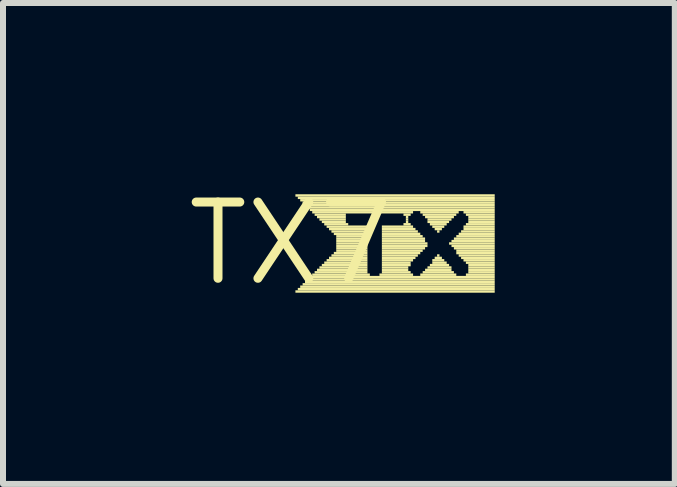
<source format=kicad_pcb>
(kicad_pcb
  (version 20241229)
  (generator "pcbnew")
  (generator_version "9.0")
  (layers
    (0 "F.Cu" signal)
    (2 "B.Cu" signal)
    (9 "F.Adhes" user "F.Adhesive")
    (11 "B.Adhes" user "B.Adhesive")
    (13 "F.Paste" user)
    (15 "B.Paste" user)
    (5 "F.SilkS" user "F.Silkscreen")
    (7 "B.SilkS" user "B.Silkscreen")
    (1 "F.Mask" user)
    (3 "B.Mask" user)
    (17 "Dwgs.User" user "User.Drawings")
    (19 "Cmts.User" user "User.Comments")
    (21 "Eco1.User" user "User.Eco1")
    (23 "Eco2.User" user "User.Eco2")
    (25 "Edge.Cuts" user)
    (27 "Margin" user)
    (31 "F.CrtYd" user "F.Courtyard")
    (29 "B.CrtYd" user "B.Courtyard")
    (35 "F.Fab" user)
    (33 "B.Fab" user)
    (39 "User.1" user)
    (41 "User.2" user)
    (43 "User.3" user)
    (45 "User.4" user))
  (footprint "TX7"
    (layer "F.Cu")
    (at 1.791 1.006)
    (property "Reference" "TX7" (at 0 0 0) (layer "F.SilkS") (effects (font (size 1.27 1.27) (thickness 0.15))))
    (attr through_hole)
    (fp_poly (pts (xy 0.08 -0.78) (xy 3.4 -0.78) (xy 3.4 -0.82) (xy 0.08 -0.82)) (stroke (width 0) (type solid)) (fill yes) (layer "F.SilkS"))
    (fp_poly (pts (xy 0.08 0.82) (xy 3.4 0.82) (xy 3.4 0.78) (xy 0.08 0.78)) (stroke (width 0) (type solid)) (fill yes) (layer "F.SilkS"))
    (fp_poly (pts (xy 0.12 -0.74) (xy 3.4 -0.74) (xy 3.4 -0.78) (xy 0.12 -0.78)) (stroke (width 0) (type solid)) (fill yes) (layer "F.SilkS"))
    (fp_poly (pts (xy 0.12 0.78) (xy 3.4 0.78) (xy 3.4 0.74) (xy 0.12 0.74)) (stroke (width 0) (type solid)) (fill yes) (layer "F.SilkS"))
    (fp_poly (pts (xy 0.16 -0.7) (xy 3.4 -0.7) (xy 3.4 -0.74) (xy 0.16 -0.74)) (stroke (width 0) (type solid)) (fill yes) (layer "F.SilkS"))
    (fp_poly (pts (xy 0.16 0.74) (xy 3.4 0.74) (xy 3.4 0.7) (xy 0.16 0.7)) (stroke (width 0) (type solid)) (fill yes) (layer "F.SilkS"))
    (fp_poly (pts (xy 0.2 -0.66) (xy 3.4 -0.66) (xy 3.4 -0.7) (xy 0.2 -0.7)) (stroke (width 0) (type solid)) (fill yes) (layer "F.SilkS"))
    (fp_poly (pts (xy 0.2 0.7) (xy 3.4 0.7) (xy 3.4 0.66) (xy 0.2 0.66)) (stroke (width 0) (type solid)) (fill yes) (layer "F.SilkS"))
    (fp_poly (pts (xy 0.24 -0.62) (xy 3.4 -0.62) (xy 3.4 -0.66) (xy 0.24 -0.66)) (stroke (width 0) (type solid)) (fill yes) (layer "F.SilkS"))
    (fp_poly (pts (xy 0.24 0.66) (xy 3.4 0.66) (xy 3.4 0.62) (xy 0.24 0.62)) (stroke (width 0) (type solid)) (fill yes) (layer "F.SilkS"))
    (fp_poly (pts (xy 0.28 -0.58) (xy 3.4 -0.58) (xy 3.4 -0.62) (xy 0.28 -0.62)) (stroke (width 0) (type solid)) (fill yes) (layer "F.SilkS"))
    (fp_poly (pts (xy 0.28 0.62) (xy 3.4 0.62) (xy 3.4 0.58) (xy 0.28 0.58)) (stroke (width 0) (type solid)) (fill yes) (layer "F.SilkS"))
    (fp_poly (pts (xy 0.32 -0.54) (xy 3.4 -0.54) (xy 3.4 -0.58) (xy 0.32 -0.58)) (stroke (width 0) (type solid)) (fill yes) (layer "F.SilkS"))
    (fp_poly (pts (xy 0.32 0.58) (xy 3.4 0.58) (xy 3.4 0.54) (xy 0.32 0.54)) (stroke (width 0) (type solid)) (fill yes) (layer "F.SilkS"))
    (fp_poly (pts (xy 0.36 -0.5) (xy 2.04 -0.5) (xy 2.04 -0.54) (xy 0.36 -0.54)) (stroke (width 0) (type solid)) (fill yes) (layer "F.SilkS"))
    (fp_poly (pts (xy 0.36 0.54) (xy 1.32 0.54) (xy 1.32 0.5) (xy 0.36 0.5)) (stroke (width 0) (type solid)) (fill yes) (layer "F.SilkS"))
    (fp_poly (pts (xy 0.4 -0.46) (xy 0.92 -0.46) (xy 0.92 -0.5) (xy 0.4 -0.5)) (stroke (width 0) (type solid)) (fill yes) (layer "F.SilkS"))
    (fp_poly (pts (xy 0.4 0.5) (xy 1.28 0.5) (xy 1.28 0.46) (xy 0.4 0.46)) (stroke (width 0) (type solid)) (fill yes) (layer "F.SilkS"))
    (fp_poly (pts (xy 0.44 -0.42) (xy 0.92 -0.42) (xy 0.92 -0.46) (xy 0.44 -0.46)) (stroke (width 0) (type solid)) (fill yes) (layer "F.SilkS"))
    (fp_poly (pts (xy 0.44 0.46) (xy 1.28 0.46) (xy 1.28 0.42) (xy 0.44 0.42)) (stroke (width 0) (type solid)) (fill yes) (layer "F.SilkS"))
    (fp_poly (pts (xy 0.48 -0.38) (xy 0.92 -0.38) (xy 0.92 -0.42) (xy 0.48 -0.42)) (stroke (width 0) (type solid)) (fill yes) (layer "F.SilkS"))
    (fp_poly (pts (xy 0.48 0.42) (xy 1.28 0.42) (xy 1.28 0.38) (xy 0.48 0.38)) (stroke (width 0) (type solid)) (fill yes) (layer "F.SilkS"))
    (fp_poly (pts (xy 0.52 -0.34) (xy 0.92 -0.34) (xy 0.92 -0.38) (xy 0.52 -0.38)) (stroke (width 0) (type solid)) (fill yes) (layer "F.SilkS"))
    (fp_poly (pts (xy 0.52 0.38) (xy 1.28 0.38) (xy 1.28 0.34) (xy 0.52 0.34)) (stroke (width 0) (type solid)) (fill yes) (layer "F.SilkS"))
    (fp_poly (pts (xy 0.56 -0.3) (xy 0.96 -0.3) (xy 0.96 -0.34) (xy 0.56 -0.34)) (stroke (width 0) (type solid)) (fill yes) (layer "F.SilkS"))
    (fp_poly (pts (xy 0.56 0.34) (xy 1.28 0.34) (xy 1.28 0.3) (xy 0.56 0.3)) (stroke (width 0) (type solid)) (fill yes) (layer "F.SilkS"))
    (fp_poly (pts (xy 0.6 -0.26) (xy 1.28 -0.26) (xy 1.28 -0.3) (xy 0.6 -0.3)) (stroke (width 0) (type solid)) (fill yes) (layer "F.SilkS"))
    (fp_poly (pts (xy 0.6 0.3) (xy 1.28 0.3) (xy 1.28 0.26) (xy 0.6 0.26)) (stroke (width 0) (type solid)) (fill yes) (layer "F.SilkS"))
    (fp_poly (pts (xy 0.64 -0.22) (xy 1.28 -0.22) (xy 1.28 -0.26) (xy 0.64 -0.26)) (stroke (width 0) (type solid)) (fill yes) (layer "F.SilkS"))
    (fp_poly (pts (xy 0.64 0.26) (xy 1.28 0.26) (xy 1.28 0.22) (xy 0.64 0.22)) (stroke (width 0) (type solid)) (fill yes) (layer "F.SilkS"))
    (fp_poly (pts (xy 0.68 -0.18) (xy 1.28 -0.18) (xy 1.28 -0.22) (xy 0.68 -0.22)) (stroke (width 0) (type solid)) (fill yes) (layer "F.SilkS"))
    (fp_poly (pts (xy 0.68 0.22) (xy 1.28 0.22) (xy 1.28 0.18) (xy 0.68 0.18)) (stroke (width 0) (type solid)) (fill yes) (layer "F.SilkS"))
    (fp_poly (pts (xy 0.72 -0.14) (xy 1.28 -0.14) (xy 1.28 -0.18) (xy 0.72 -0.18)) (stroke (width 0) (type solid)) (fill yes) (layer "F.SilkS"))
    (fp_poly (pts (xy 0.72 0.18) (xy 1.28 0.18) (xy 1.28 0.14) (xy 0.72 0.14)) (stroke (width 0) (type solid)) (fill yes) (layer "F.SilkS"))
    (fp_poly (pts (xy 0.76 -0.1) (xy 1.28 -0.1) (xy 1.28 -0.14) (xy 0.76 -0.14)) (stroke (width 0) (type solid)) (fill yes) (layer "F.SilkS"))
    (fp_poly (pts (xy 0.76 -0.06) (xy 1.28 -0.06) (xy 1.28 -0.1) (xy 0.76 -0.1)) (stroke (width 0) (type solid)) (fill yes) (layer "F.SilkS"))
    (fp_poly (pts (xy 0.76 -0.02) (xy 1.28 -0.02) (xy 1.28 -0.06) (xy 0.76 -0.06)) (stroke (width 0) (type solid)) (fill yes) (layer "F.SilkS"))
    (fp_poly (pts (xy 0.76 0.02) (xy 1.28 0.02) (xy 1.28 -0.02) (xy 0.76 -0.02)) (stroke (width 0) (type solid)) (fill yes) (layer "F.SilkS"))
    (fp_poly (pts (xy 0.76 0.06) (xy 1.28 0.06) (xy 1.28 0.02) (xy 0.76 0.02)) (stroke (width 0) (type solid)) (fill yes) (layer "F.SilkS"))
    (fp_poly (pts (xy 0.76 0.1) (xy 1.28 0.1) (xy 1.28 0.06) (xy 0.76 0.06)) (stroke (width 0) (type solid)) (fill yes) (layer "F.SilkS"))
    (fp_poly (pts (xy 0.76 0.14) (xy 1.28 0.14) (xy 1.28 0.1) (xy 0.76 0.1)) (stroke (width 0) (type solid)) (fill yes) (layer "F.SilkS"))
    (fp_poly (pts (xy 1.48 0.54) (xy 2.04 0.54) (xy 2.04 0.5) (xy 1.48 0.5)) (stroke (width 0) (type solid)) (fill yes) (layer "F.SilkS"))
    (fp_poly (pts (xy 1.52 -0.26) (xy 2.04 -0.26) (xy 2.04 -0.3) (xy 1.52 -0.3)) (stroke (width 0) (type solid)) (fill yes) (layer "F.SilkS"))
    (fp_poly (pts (xy 1.52 -0.22) (xy 2.08 -0.22) (xy 2.08 -0.26) (xy 1.52 -0.26)) (stroke (width 0) (type solid)) (fill yes) (layer "F.SilkS"))
    (fp_poly (pts (xy 1.52 -0.18) (xy 2.12 -0.18) (xy 2.12 -0.22) (xy 1.52 -0.22)) (stroke (width 0) (type solid)) (fill yes) (layer "F.SilkS"))
    (fp_poly (pts (xy 1.52 -0.14) (xy 2.16 -0.14) (xy 2.16 -0.18) (xy 1.52 -0.18)) (stroke (width 0) (type solid)) (fill yes) (layer "F.SilkS"))
    (fp_poly (pts (xy 1.52 -0.1) (xy 2.2 -0.1) (xy 2.2 -0.14) (xy 1.52 -0.14)) (stroke (width 0) (type solid)) (fill yes) (layer "F.SilkS"))
    (fp_poly (pts (xy 1.52 -0.06) (xy 2.24 -0.06) (xy 2.24 -0.1) (xy 1.52 -0.1)) (stroke (width 0) (type solid)) (fill yes) (layer "F.SilkS"))
    (fp_poly (pts (xy 1.52 -0.02) (xy 2.24 -0.02) (xy 2.24 -0.06) (xy 1.52 -0.06)) (stroke (width 0) (type solid)) (fill yes) (layer "F.SilkS"))
    (fp_poly (pts (xy 1.52 0.02) (xy 2.28 0.02) (xy 2.28 -0.02) (xy 1.52 -0.02)) (stroke (width 0) (type solid)) (fill yes) (layer "F.SilkS"))
    (fp_poly (pts (xy 1.52 0.06) (xy 2.28 0.06) (xy 2.28 0.02) (xy 1.52 0.02)) (stroke (width 0) (type solid)) (fill yes) (layer "F.SilkS"))
    (fp_poly (pts (xy 1.52 0.1) (xy 2.24 0.1) (xy 2.24 0.06) (xy 1.52 0.06)) (stroke (width 0) (type solid)) (fill yes) (layer "F.SilkS"))
    (fp_poly (pts (xy 1.52 0.14) (xy 2.2 0.14) (xy 2.2 0.1) (xy 1.52 0.1)) (stroke (width 0) (type solid)) (fill yes) (layer "F.SilkS"))
    (fp_poly (pts (xy 1.52 0.18) (xy 2.16 0.18) (xy 2.16 0.14) (xy 1.52 0.14)) (stroke (width 0) (type solid)) (fill yes) (layer "F.SilkS"))
    (fp_poly (pts (xy 1.52 0.22) (xy 2.12 0.22) (xy 2.12 0.18) (xy 1.52 0.18)) (stroke (width 0) (type solid)) (fill yes) (layer "F.SilkS"))
    (fp_poly (pts (xy 1.52 0.26) (xy 2.08 0.26) (xy 2.08 0.22) (xy 1.52 0.22)) (stroke (width 0) (type solid)) (fill yes) (layer "F.SilkS"))
    (fp_poly (pts (xy 1.52 0.3) (xy 2.04 0.3) (xy 2.04 0.26) (xy 1.52 0.26)) (stroke (width 0) (type solid)) (fill yes) (layer "F.SilkS"))
    (fp_poly (pts (xy 1.52 0.34) (xy 2 0.34) (xy 2 0.3) (xy 1.52 0.3)) (stroke (width 0) (type solid)) (fill yes) (layer "F.SilkS"))
    (fp_poly (pts (xy 1.52 0.38) (xy 2 0.38) (xy 2 0.34) (xy 1.52 0.34)) (stroke (width 0) (type solid)) (fill yes) (layer "F.SilkS"))
    (fp_poly (pts (xy 1.52 0.42) (xy 1.96 0.42) (xy 1.96 0.38) (xy 1.52 0.38)) (stroke (width 0) (type solid)) (fill yes) (layer "F.SilkS"))
    (fp_poly (pts (xy 1.52 0.46) (xy 1.96 0.46) (xy 1.96 0.42) (xy 1.52 0.42)) (stroke (width 0) (type solid)) (fill yes) (layer "F.SilkS"))
    (fp_poly (pts (xy 1.52 0.5) (xy 2 0.5) (xy 2 0.46) (xy 1.52 0.46)) (stroke (width 0) (type solid)) (fill yes) (layer "F.SilkS"))
    (fp_poly (pts (xy 1.88 -0.46) (xy 2 -0.46) (xy 2 -0.5) (xy 1.88 -0.5)) (stroke (width 0) (type solid)) (fill yes) (layer "F.SilkS"))
    (fp_poly (pts (xy 1.88 -0.3) (xy 2 -0.3) (xy 2 -0.34) (xy 1.88 -0.34)) (stroke (width 0) (type solid)) (fill yes) (layer "F.SilkS"))
    (fp_poly (pts (xy 1.92 -0.42) (xy 1.96 -0.42) (xy 1.96 -0.46) (xy 1.92 -0.46)) (stroke (width 0) (type solid)) (fill yes) (layer "F.SilkS"))
    (fp_poly (pts (xy 1.92 -0.38) (xy 1.96 -0.38) (xy 1.96 -0.42) (xy 1.92 -0.42)) (stroke (width 0) (type solid)) (fill yes) (layer "F.SilkS"))
    (fp_poly (pts (xy 1.92 -0.34) (xy 1.96 -0.34) (xy 1.96 -0.38) (xy 1.92 -0.38)) (stroke (width 0) (type solid)) (fill yes) (layer "F.SilkS"))
    (fp_poly (pts (xy 2.16 -0.5) (xy 2.8 -0.5) (xy 2.8 -0.54) (xy 2.16 -0.54)) (stroke (width 0) (type solid)) (fill yes) (layer "F.SilkS"))
    (fp_poly (pts (xy 2.16 0.54) (xy 2.76 0.54) (xy 2.76 0.5) (xy 2.16 0.5)) (stroke (width 0) (type solid)) (fill yes) (layer "F.SilkS"))
    (fp_poly (pts (xy 2.2 -0.46) (xy 2.76 -0.46) (xy 2.76 -0.5) (xy 2.2 -0.5)) (stroke (width 0) (type solid)) (fill yes) (layer "F.SilkS"))
    (fp_poly (pts (xy 2.2 0.5) (xy 2.72 0.5) (xy 2.72 0.46) (xy 2.2 0.46)) (stroke (width 0) (type solid)) (fill yes) (layer "F.SilkS"))
    (fp_poly (pts (xy 2.24 -0.42) (xy 2.72 -0.42) (xy 2.72 -0.46) (xy 2.24 -0.46)) (stroke (width 0) (type solid)) (fill yes) (layer "F.SilkS"))
    (fp_poly (pts (xy 2.24 0.46) (xy 2.68 0.46) (xy 2.68 0.42) (xy 2.24 0.42)) (stroke (width 0) (type solid)) (fill yes) (layer "F.SilkS"))
    (fp_poly (pts (xy 2.28 -0.38) (xy 2.68 -0.38) (xy 2.68 -0.42) (xy 2.28 -0.42)) (stroke (width 0) (type solid)) (fill yes) (layer "F.SilkS"))
    (fp_poly (pts (xy 2.28 -0.34) (xy 2.64 -0.34) (xy 2.64 -0.38) (xy 2.28 -0.38)) (stroke (width 0) (type solid)) (fill yes) (layer "F.SilkS"))
    (fp_poly (pts (xy 2.28 0.42) (xy 2.68 0.42) (xy 2.68 0.38) (xy 2.28 0.38)) (stroke (width 0) (type solid)) (fill yes) (layer "F.SilkS"))
    (fp_poly (pts (xy 2.32 -0.3) (xy 2.6 -0.3) (xy 2.6 -0.34) (xy 2.32 -0.34)) (stroke (width 0) (type solid)) (fill yes) (layer "F.SilkS"))
    (fp_poly (pts (xy 2.32 0.38) (xy 2.64 0.38) (xy 2.64 0.34) (xy 2.32 0.34)) (stroke (width 0) (type solid)) (fill yes) (layer "F.SilkS"))
    (fp_poly (pts (xy 2.36 -0.26) (xy 2.56 -0.26) (xy 2.56 -0.3) (xy 2.36 -0.3)) (stroke (width 0) (type solid)) (fill yes) (layer "F.SilkS"))
    (fp_poly (pts (xy 2.36 0.3) (xy 2.56 0.3) (xy 2.56 0.26) (xy 2.36 0.26)) (stroke (width 0) (type solid)) (fill yes) (layer "F.SilkS"))
    (fp_poly (pts (xy 2.36 0.34) (xy 2.6 0.34) (xy 2.6 0.3) (xy 2.36 0.3)) (stroke (width 0) (type solid)) (fill yes) (layer "F.SilkS"))
    (fp_poly (pts (xy 2.4 -0.22) (xy 2.52 -0.22) (xy 2.52 -0.26) (xy 2.4 -0.26)) (stroke (width 0) (type solid)) (fill yes) (layer "F.SilkS"))
    (fp_poly (pts (xy 2.4 0.26) (xy 2.52 0.26) (xy 2.52 0.22) (xy 2.4 0.22)) (stroke (width 0) (type solid)) (fill yes) (layer "F.SilkS"))
    (fp_poly (pts (xy 2.44 -0.18) (xy 2.48 -0.18) (xy 2.48 -0.22) (xy 2.44 -0.22)) (stroke (width 0) (type solid)) (fill yes) (layer "F.SilkS"))
    (fp_poly (pts (xy 2.44 0.22) (xy 2.48 0.22) (xy 2.48 0.18) (xy 2.44 0.18)) (stroke (width 0) (type solid)) (fill yes) (layer "F.SilkS"))
    (fp_poly (pts (xy 2.64 0.02) (xy 3.4 0.02) (xy 3.4 -0.02) (xy 2.64 -0.02)) (stroke (width 0) (type solid)) (fill yes) (layer "F.SilkS"))
    (fp_poly (pts (xy 2.68 -0.02) (xy 3.4 -0.02) (xy 3.4 -0.06) (xy 2.68 -0.06)) (stroke (width 0) (type solid)) (fill yes) (layer "F.SilkS"))
    (fp_poly (pts (xy 2.68 0.06) (xy 3.4 0.06) (xy 3.4 0.02) (xy 2.68 0.02)) (stroke (width 0) (type solid)) (fill yes) (layer "F.SilkS"))
    (fp_poly (pts (xy 2.72 -0.06) (xy 3.4 -0.06) (xy 3.4 -0.1) (xy 2.72 -0.1)) (stroke (width 0) (type solid)) (fill yes) (layer "F.SilkS"))
    (fp_poly (pts (xy 2.72 0.1) (xy 3.4 0.1) (xy 3.4 0.06) (xy 2.72 0.06)) (stroke (width 0) (type solid)) (fill yes) (layer "F.SilkS"))
    (fp_poly (pts (xy 2.76 -0.1) (xy 3.4 -0.1) (xy 3.4 -0.14) (xy 2.76 -0.14)) (stroke (width 0) (type solid)) (fill yes) (layer "F.SilkS"))
    (fp_poly (pts (xy 2.76 0.14) (xy 3.4 0.14) (xy 3.4 0.1) (xy 2.76 0.1)) (stroke (width 0) (type solid)) (fill yes) (layer "F.SilkS"))
    (fp_poly (pts (xy 2.76 0.18) (xy 3.4 0.18) (xy 3.4 0.14) (xy 2.76 0.14)) (stroke (width 0) (type solid)) (fill yes) (layer "F.SilkS"))
    (fp_poly (pts (xy 2.8 -0.14) (xy 3.4 -0.14) (xy 3.4 -0.18) (xy 2.8 -0.18)) (stroke (width 0) (type solid)) (fill yes) (layer "F.SilkS"))
    (fp_poly (pts (xy 2.8 0.22) (xy 3.4 0.22) (xy 3.4 0.18) (xy 2.8 0.18)) (stroke (width 0) (type solid)) (fill yes) (layer "F.SilkS"))
    (fp_poly (pts (xy 2.84 -0.18) (xy 3.4 -0.18) (xy 3.4 -0.22) (xy 2.84 -0.22)) (stroke (width 0) (type solid)) (fill yes) (layer "F.SilkS"))
    (fp_poly (pts (xy 2.84 0.26) (xy 3.4 0.26) (xy 3.4 0.22) (xy 2.84 0.22)) (stroke (width 0) (type solid)) (fill yes) (layer "F.SilkS"))
    (fp_poly (pts (xy 2.88 -0.5) (xy 3.4 -0.5) (xy 3.4 -0.54) (xy 2.88 -0.54)) (stroke (width 0) (type solid)) (fill yes) (layer "F.SilkS"))
    (fp_poly (pts (xy 2.88 -0.26) (xy 3.4 -0.26) (xy 3.4 -0.3) (xy 2.88 -0.3)) (stroke (width 0) (type solid)) (fill yes) (layer "F.SilkS"))
    (fp_poly (pts (xy 2.88 -0.22) (xy 3.4 -0.22) (xy 3.4 -0.26) (xy 2.88 -0.26)) (stroke (width 0) (type solid)) (fill yes) (layer "F.SilkS"))
    (fp_poly (pts (xy 2.88 0.3) (xy 3.4 0.3) (xy 3.4 0.26) (xy 2.88 0.26)) (stroke (width 0) (type solid)) (fill yes) (layer "F.SilkS"))
    (fp_poly (pts (xy 2.92 -0.46) (xy 3.4 -0.46) (xy 3.4 -0.5) (xy 2.92 -0.5)) (stroke (width 0) (type solid)) (fill yes) (layer "F.SilkS"))
    (fp_poly (pts (xy 2.92 -0.3) (xy 3.4 -0.3) (xy 3.4 -0.34) (xy 2.92 -0.34)) (stroke (width 0) (type solid)) (fill yes) (layer "F.SilkS"))
    (fp_poly (pts (xy 2.92 0.34) (xy 3.4 0.34) (xy 3.4 0.3) (xy 2.92 0.3)) (stroke (width 0) (type solid)) (fill yes) (layer "F.SilkS"))
    (fp_poly (pts (xy 2.92 0.54) (xy 3.4 0.54) (xy 3.4 0.5) (xy 2.92 0.5)) (stroke (width 0) (type solid)) (fill yes) (layer "F.SilkS"))
    (fp_poly (pts (xy 2.96 -0.42) (xy 3.4 -0.42) (xy 3.4 -0.46) (xy 2.96 -0.46)) (stroke (width 0) (type solid)) (fill yes) (layer "F.SilkS"))
    (fp_poly (pts (xy 2.96 -0.38) (xy 3.4 -0.38) (xy 3.4 -0.42) (xy 2.96 -0.42)) (stroke (width 0) (type solid)) (fill yes) (layer "F.SilkS"))
    (fp_poly (pts (xy 2.96 -0.34) (xy 3.4 -0.34) (xy 3.4 -0.38) (xy 2.96 -0.38)) (stroke (width 0) (type solid)) (fill yes) (layer "F.SilkS"))
    (fp_poly (pts (xy 2.96 0.38) (xy 3.4 0.38) (xy 3.4 0.34) (xy 2.96 0.34)) (stroke (width 0) (type solid)) (fill yes) (layer "F.SilkS"))
    (fp_poly (pts (xy 2.96 0.42) (xy 3.4 0.42) (xy 3.4 0.38) (xy 2.96 0.38)) (stroke (width 0) (type solid)) (fill yes) (layer "F.SilkS"))
    (fp_poly (pts (xy 2.96 0.46) (xy 3.4 0.46) (xy 3.4 0.42) (xy 2.96 0.42)) (stroke (width 0) (type solid)) (fill yes) (layer "F.SilkS"))
    (fp_poly (pts (xy 2.96 0.5) (xy 3.4 0.5) (xy 3.4 0.46) (xy 2.96 0.46)) (stroke (width 0) (type solid)) (fill yes) (layer "F.SilkS")))
  (gr_rect
    (start -3 -3)
    (end 8.191 5.012)
    (stroke (width 0.1) (type default))
    (fill no)
    (layer "Edge.Cuts")))
</source>
